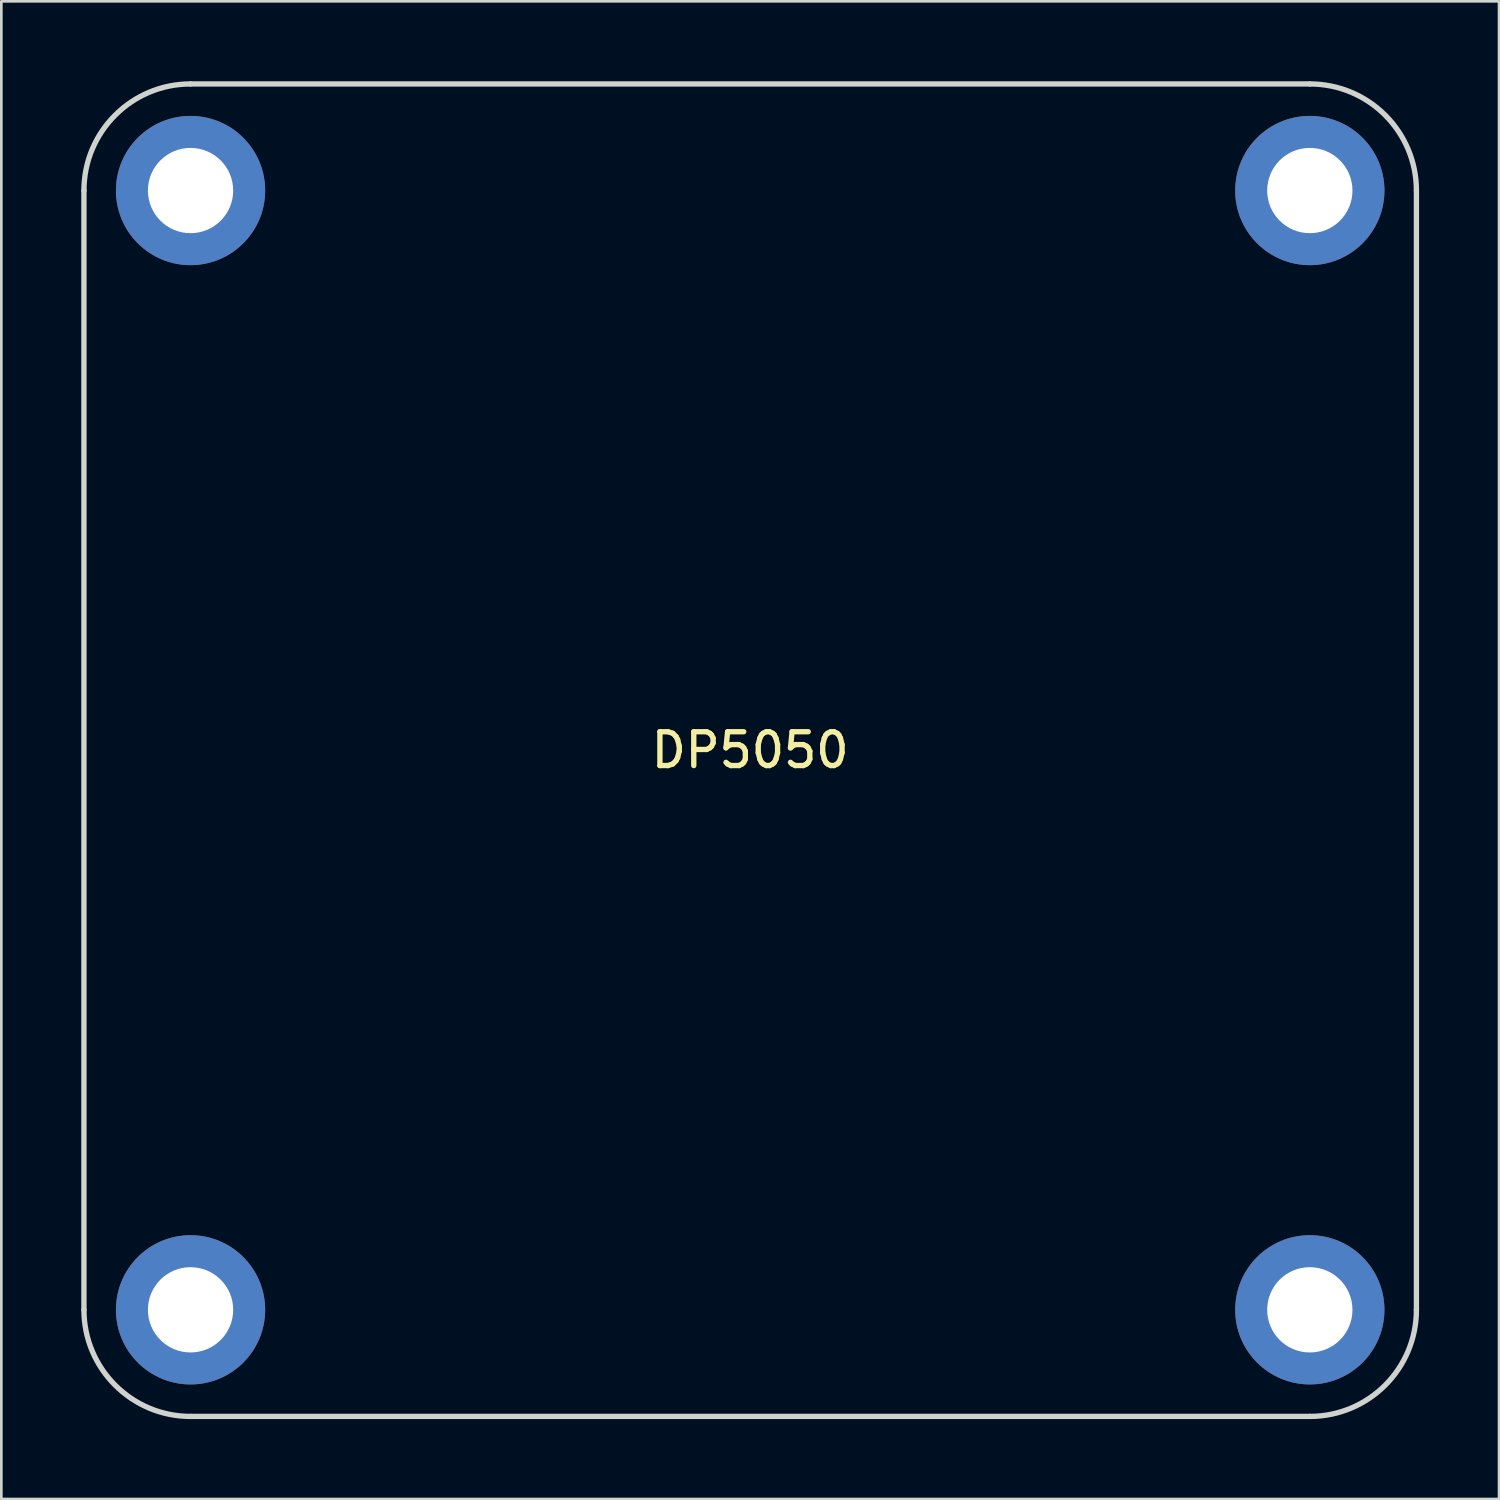
<source format=kicad_pcb>
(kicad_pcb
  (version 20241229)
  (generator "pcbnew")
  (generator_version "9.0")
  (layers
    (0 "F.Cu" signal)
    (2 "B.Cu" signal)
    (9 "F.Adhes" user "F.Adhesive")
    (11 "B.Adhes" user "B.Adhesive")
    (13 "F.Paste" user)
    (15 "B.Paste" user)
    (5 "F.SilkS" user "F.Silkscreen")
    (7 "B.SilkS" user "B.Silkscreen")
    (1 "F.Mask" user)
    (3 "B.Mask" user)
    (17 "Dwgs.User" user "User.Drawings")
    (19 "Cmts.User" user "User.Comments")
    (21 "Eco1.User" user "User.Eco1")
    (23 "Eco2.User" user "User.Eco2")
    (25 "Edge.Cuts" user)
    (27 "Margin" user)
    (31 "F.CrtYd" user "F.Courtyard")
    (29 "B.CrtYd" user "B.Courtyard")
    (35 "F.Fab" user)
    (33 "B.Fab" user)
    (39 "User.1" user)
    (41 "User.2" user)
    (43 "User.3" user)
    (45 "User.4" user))
  (footprint "DP5050"
    (layer "F.Cu")
    (at 25.1 25.1)
    (property "Reference" "DP5050" (at 0 0 0) (layer "F.SilkS") (effects (font (size 1.27 1.27) (thickness 0.2))))
    (fp_line (start -25 21) (end -25 -21) (stroke (width 0.2) (type solid)) (layer "Edge.Cuts"))
    (fp_line (start -21 -25) (end 21 -25) (stroke (width 0.2) (type solid)) (layer "Edge.Cuts"))
    (fp_line (start 21 25) (end -21 25) (stroke (width 0.2) (type solid)) (layer "Edge.Cuts"))
    (fp_line (start 25 -21) (end 25 21) (stroke (width 0.2) (type solid)) (layer "Edge.Cuts"))
    (fp_arc (start -25 -21) (mid -23.828427 -23.828427) (end -21 -25) (stroke (width 0.2) (type solid)) (layer "Edge.Cuts"))
    (fp_arc (start -21 25) (mid -23.828427 23.828427) (end -25 21) (stroke (width 0.2) (type solid)) (layer "Edge.Cuts"))
    (fp_arc (start 21 -25) (mid 23.828427 -23.828427) (end 25 -21) (stroke (width 0.2) (type solid)) (layer "Edge.Cuts"))
    (fp_arc (start 25 21) (mid 23.828427 23.828427) (end 21 25) (stroke (width 0.2) (type solid)) (layer "Edge.Cuts"))
    (fp_circle (center -21 -21) (end -21 -21) (stroke (width 0.05) (type solid)) (fill no) (layer "F.CrtYd"))
    (fp_circle (center -21 21) (end -21 21) (stroke (width 0.05) (type solid)) (fill no) (layer "F.CrtYd"))
    (fp_circle (center 21 -21) (end 21 -21) (stroke (width 0.05) (type solid)) (fill no) (layer "F.CrtYd"))
    (fp_circle (center 21 21) (end 21 21) (stroke (width 0.05) (type solid)) (fill no) (layer "F.CrtYd"))
    (pad "1" thru_hole circle (at -21 -21) (size 3.6 3.6) (drill 3.2) (layers "*.Cu" "*.Mask"))
    (pad "1" connect circle (at -21 -21) (size 5.6 5.6) (layers "F.Cu" "F.Mask"))
    (pad "1" connect circle (at -21 -21) (size 5.6 5.6) (layers "B.Cu" "B.Mask"))
    (pad "1" thru_hole circle (at -21 21) (size 3.6 3.6) (drill 3.2) (layers "*.Cu" "*.Mask"))
    (pad "1" connect circle (at -21 21) (size 5.6 5.6) (layers "F.Cu" "F.Mask"))
    (pad "1" connect circle (at -21 21) (size 5.6 5.6) (layers "B.Cu" "B.Mask"))
    (pad "1" thru_hole circle (at 21 -21) (size 3.6 3.6) (drill 3.2) (layers "*.Cu" "*.Mask"))
    (pad "1" connect circle (at 21 -21) (size 5.6 5.6) (layers "F.Cu" "F.Mask"))
    (pad "1" connect circle (at 21 -21) (size 5.6 5.6) (layers "B.Cu" "B.Mask"))
    (pad "1" thru_hole circle (at 21 21) (size 3.6 3.6) (drill 3.2) (layers "*.Cu" "*.Mask"))
    (pad "1" connect circle (at 21 21) (size 5.6 5.6) (layers "F.Cu" "F.Mask"))
    (pad "1" connect circle (at 21 21) (size 5.6 5.6) (layers "B.Cu" "B.Mask")))
  (gr_rect
    (start -3 -3)
    (end 53.2 53.2)
    (stroke (width 0.1) (type default))
    (fill no)
    (layer "Edge.Cuts")))
</source>
